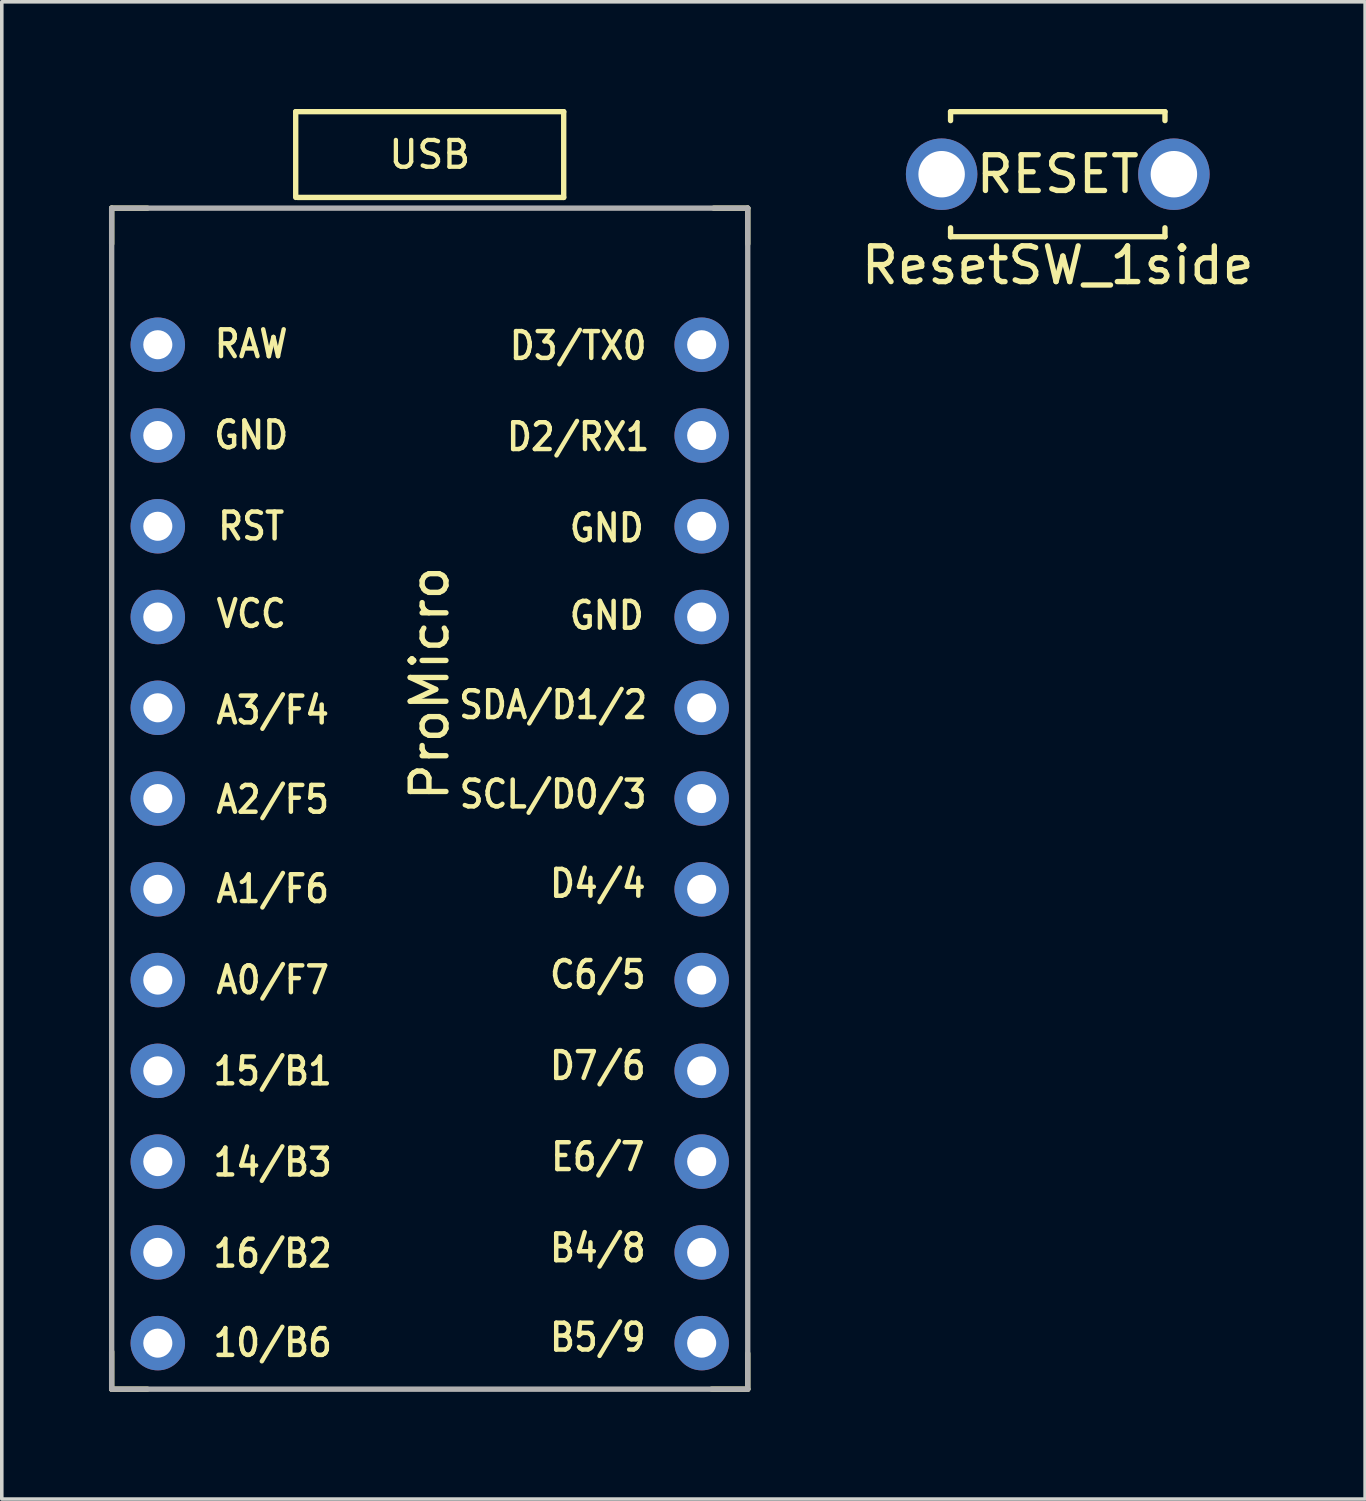
<source format=kicad_pcb>
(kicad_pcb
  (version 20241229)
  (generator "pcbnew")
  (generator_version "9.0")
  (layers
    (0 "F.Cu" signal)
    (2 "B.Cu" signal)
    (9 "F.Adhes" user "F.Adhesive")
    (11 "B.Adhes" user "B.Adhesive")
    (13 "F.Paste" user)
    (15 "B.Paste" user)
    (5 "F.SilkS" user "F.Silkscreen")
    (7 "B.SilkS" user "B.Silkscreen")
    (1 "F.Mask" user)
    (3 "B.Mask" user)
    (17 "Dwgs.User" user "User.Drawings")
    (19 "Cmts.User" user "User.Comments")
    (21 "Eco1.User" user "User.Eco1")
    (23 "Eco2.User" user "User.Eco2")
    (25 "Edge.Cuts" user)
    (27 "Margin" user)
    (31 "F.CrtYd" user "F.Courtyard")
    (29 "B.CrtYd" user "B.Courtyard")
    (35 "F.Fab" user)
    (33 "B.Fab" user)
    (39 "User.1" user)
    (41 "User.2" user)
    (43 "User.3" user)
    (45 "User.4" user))
  (footprint "ProMicro"
    (layer "F.Cu")
    (at 8.975 21.075)
    (property "Reference" "ProMicro" (at 0 -5 270) (layer "F.SilkS") (effects (font (size 1 1) (thickness 0.15))))
    (attr through_hole)
    (fp_line (start -8.9 -18.3) (end -8.9 -17.3) (stroke (width 0.15) (type solid)) (layer "F.SilkS"))
    (fp_line (start -8.9 -18.3) (end -7.9 -18.3) (stroke (width 0.15) (type solid)) (layer "F.SilkS"))
    (fp_line (start -8.9 13.7) (end -8.9 14.75) (stroke (width 0.15) (type solid)) (layer "F.SilkS"))
    (fp_line (start -8.9 14.75) (end -7.9 14.75) (stroke (width 0.15) (type solid)) (layer "F.SilkS"))
    (fp_line (start -3.75 -21) (end -3.75 -18.6) (stroke (width 0.15) (type solid)) (layer "F.SilkS"))
    (fp_line (start -3.7 -18.6) (end 3.75 -18.6) (stroke (width 0.15) (type solid)) (layer "F.SilkS"))
    (fp_line (start 3.75 -21) (end -3.75 -21) (stroke (width 0.15) (type solid)) (layer "F.SilkS"))
    (fp_line (start 3.75 -18.6) (end 3.75 -21) (stroke (width 0.15) (type solid)) (layer "F.SilkS"))
    (fp_line (start 8.9 -18.3) (end 7.95 -18.3) (stroke (width 0.15) (type solid)) (layer "F.SilkS"))
    (fp_line (start 8.9 -18.3) (end 8.9 -17.3) (stroke (width 0.15) (type solid)) (layer "F.SilkS"))
    (fp_line (start 8.9 13.75) (end 8.9 14.75) (stroke (width 0.15) (type solid)) (layer "F.SilkS"))
    (fp_line (start 8.9 14.75) (end 7.89 14.75) (stroke (width 0.15) (type solid)) (layer "F.SilkS"))
    (fp_line (start -8.9 -18.3) (end 8.9 -18.3) (stroke (width 0.15) (type solid)) (layer "F.Fab"))
    (fp_line (start -8.9 14.75) (end -8.9 -18.3) (stroke (width 0.15) (type solid)) (layer "F.Fab"))
    (fp_line (start 8.9 -18.3) (end 8.9 14.75) (stroke (width 0.15) (type solid)) (layer "F.Fab"))
    (fp_line (start 8.9 14.75) (end -8.9 14.75) (stroke (width 0.15) (type solid)) (layer "F.Fab"))
    (fp_text user "" (at -0.545 -20.1 0) (layer "F.SilkS") (effects (font (size 1 1) (thickness 0.15))))
    (fp_text user "A2/F5" (at -4.395 -1.75 0) (unlocked yes) (layer "F.SilkS") (effects (font (size 0.75 0.67) (thickness 0.125))))
    (fp_text user "16/B2" (at -4.395 10.95 0) (unlocked yes) (layer "F.SilkS") (effects (font (size 0.75 0.67) (thickness 0.125))))
    (fp_text user "GND" (at 4.955 -6.9 0) (unlocked yes) (layer "F.SilkS") (effects (font (size 0.75 0.67) (thickness 0.125))))
    (fp_text user "A1/F6" (at -4.395 0.75 0) (unlocked yes) (layer "F.SilkS") (effects (font (size 0.75 0.67) (thickness 0.125))))
    (fp_text user "D7/6" (at 4.705 5.7 0) (unlocked yes) (layer "F.SilkS") (effects (font (size 0.75 0.67) (thickness 0.125))))
    (fp_text user "GND" (at 4.955 -9.35 0) (unlocked yes) (layer "F.SilkS") (effects (font (size 0.75 0.67) (thickness 0.125))))
    (fp_text user "GND" (at -4.995 -11.95 0) (unlocked yes) (layer "F.SilkS") (effects (font (size 0.75 0.67) (thickness 0.125))))
    (fp_text user "C6/5" (at 4.705 3.15 0) (unlocked yes) (layer "F.SilkS") (effects (font (size 0.75 0.67) (thickness 0.125))))
    (fp_text user "D4/4" (at 4.705 0.6 0) (unlocked yes) (layer "F.SilkS") (effects (font (size 0.75 0.67) (thickness 0.125))))
    (fp_text user "VCC" (at -4.995 -6.95 0) (unlocked yes) (layer "F.SilkS") (effects (font (size 0.75 0.67) (thickness 0.125))))
    (fp_text user "14/B3" (at -4.395 8.4 0) (unlocked yes) (layer "F.SilkS") (effects (font (size 0.75 0.67) (thickness 0.125))))
    (fp_text user "10/B6" (at -4.395 13.45 0) (unlocked yes) (layer "F.SilkS") (effects (font (size 0.75 0.67) (thickness 0.125))))
    (fp_text user "SCL/D0/3" (at 3.455 -1.9 0) (unlocked yes) (layer "F.SilkS") (effects (font (size 0.75 0.67) (thickness 0.125))))
    (fp_text user "15/B1" (at -4.395 5.85 0) (unlocked yes) (layer "F.SilkS") (effects (font (size 0.75 0.67) (thickness 0.125))))
    (fp_text user "RAW" (at -4.995 -14.5 0) (unlocked yes) (layer "F.SilkS") (effects (font (size 0.75 0.67) (thickness 0.125))))
    (fp_text user "D3/TX0" (at 4.155 -14.45 0) (unlocked yes) (layer "F.SilkS") (effects (font (size 0.75 0.67) (thickness 0.125))))
    (fp_text user "RST" (at -4.995 -9.4 0) (unlocked yes) (layer "F.SilkS") (effects (font (size 0.75 0.67) (thickness 0.125))))
    (fp_text user "A0/F7" (at -4.395 3.3 0) (unlocked yes) (layer "F.SilkS") (effects (font (size 0.75 0.67) (thickness 0.125))))
    (fp_text user "A3/F4" (at -4.395 -4.25 0) (unlocked yes) (layer "F.SilkS") (effects (font (size 0.75 0.67) (thickness 0.125))))
    (fp_text user "USB" (at 0 -19.8 0) (layer "F.SilkS") (effects (font (size 0.75 0.75) (thickness 0.12))))
    (fp_text user "D2/RX1" (at 4.155 -11.9 0) (unlocked yes) (layer "F.SilkS") (effects (font (size 0.75 0.67) (thickness 0.125))))
    (fp_text user "SDA/D1/2" (at 3.455 -4.4 0) (unlocked yes) (layer "F.SilkS") (effects (font (size 0.75 0.67) (thickness 0.125))))
    (fp_text user "B4/8" (at 4.705 10.8 0) (unlocked yes) (layer "F.SilkS") (effects (font (size 0.75 0.67) (thickness 0.125))))
    (fp_text user "E6/7" (at 4.705 8.25 0) (unlocked yes) (layer "F.SilkS") (effects (font (size 0.75 0.67) (thickness 0.125))))
    (fp_text user "B5/9" (at 4.705 13.3 0) (unlocked yes) (layer "F.SilkS") (effects (font (size 0.75 0.67) (thickness 0.125))))
    (fp_text user "" (at -1.252 -16.256 0) (layer "B.SilkS") (effects (font (size 1 1) (thickness 0.15)) (justify mirror)))
    (pad "1" thru_hole circle (at 7.611 -14.478) (size 1.524 1.524) (drill 0.813) (layers "*.Cu" "*.Mask"))
    (pad "2" thru_hole circle (at 7.611 -11.938) (size 1.524 1.524) (drill 0.813) (layers "*.Cu" "*.Mask"))
    (pad "3" thru_hole circle (at 7.611 -9.398) (size 1.524 1.524) (drill 0.813) (layers "*.Cu" "*.Mask"))
    (pad "4" thru_hole circle (at 7.611 -6.858) (size 1.524 1.524) (drill 0.813) (layers "*.Cu" "*.Mask"))
    (pad "5" thru_hole circle (at 7.611 -4.318) (size 1.524 1.524) (drill 0.813) (layers "*.Cu" "*.Mask"))
    (pad "6" thru_hole circle (at 7.611 -1.778) (size 1.524 1.524) (drill 0.813) (layers "*.Cu" "*.Mask"))
    (pad "7" thru_hole circle (at 7.611 0.762) (size 1.524 1.524) (drill 0.813) (layers "*.Cu" "*.Mask"))
    (pad "8" thru_hole circle (at 7.611 3.302) (size 1.524 1.524) (drill 0.813) (layers "*.Cu" "*.Mask"))
    (pad "9" thru_hole circle (at 7.611 5.842) (size 1.524 1.524) (drill 0.813) (layers "*.Cu" "*.Mask"))
    (pad "10" thru_hole circle (at 7.611 8.382) (size 1.524 1.524) (drill 0.813) (layers "*.Cu" "*.Mask"))
    (pad "11" thru_hole circle (at 7.611 10.922) (size 1.524 1.524) (drill 0.813) (layers "*.Cu" "*.Mask"))
    (pad "12" thru_hole circle (at 7.611 13.462) (size 1.524 1.524) (drill 0.813) (layers "*.Cu" "*.Mask"))
    (pad "13" thru_hole circle (at -7.609 13.462) (size 1.524 1.524) (drill 0.813) (layers "*.Cu" "*.Mask"))
    (pad "14" thru_hole circle (at -7.609 10.922) (size 1.524 1.524) (drill 0.813) (layers "*.Cu" "*.Mask"))
    (pad "15" thru_hole circle (at -7.609 8.382) (size 1.524 1.524) (drill 0.813) (layers "*.Cu" "*.Mask"))
    (pad "16" thru_hole circle (at -7.609 5.842) (size 1.524 1.524) (drill 0.813) (layers "*.Cu" "*.Mask"))
    (pad "17" thru_hole circle (at -7.609 3.302) (size 1.524 1.524) (drill 0.813) (layers "*.Cu" "*.Mask"))
    (pad "18" thru_hole circle (at -7.609 0.762) (size 1.524 1.524) (drill 0.813) (layers "*.Cu" "*.Mask"))
    (pad "19" thru_hole circle (at -7.609 -1.778) (size 1.524 1.524) (drill 0.813) (layers "*.Cu" "*.Mask"))
    (pad "20" thru_hole circle (at -7.609 -4.318) (size 1.524 1.524) (drill 0.813) (layers "*.Cu" "*.Mask"))
    (pad "21" thru_hole circle (at -7.609 -6.858) (size 1.524 1.524) (drill 0.813) (layers "*.Cu" "*.Mask"))
    (pad "22" thru_hole circle (at -7.609 -9.398) (size 1.524 1.524) (drill 0.813) (layers "*.Cu" "*.Mask"))
    (pad "23" thru_hole circle (at -7.609 -11.938) (size 1.524 1.524) (drill 0.813) (layers "*.Cu" "*.Mask"))
    (pad "24" thru_hole circle (at -7.609 -14.478) (size 1.524 1.524) (drill 0.813) (layers "*.Cu" "*.Mask")))
  (footprint "ResetSW_1side"
    (layer "F.Cu")
    (at 26.551 1.825)
    (property "Reference" "ResetSW_1side" (at 0 2.55 180) (layer "F.SilkS") (effects (font (size 1 1) (thickness 0.15))))
    (attr through_hole)
    (fp_line (start -3 -1.75) (end -3 -1.5) (stroke (width 0.15) (type solid)) (layer "F.SilkS"))
    (fp_line (start -3 -1.75) (end 3 -1.75) (stroke (width 0.15) (type solid)) (layer "F.SilkS"))
    (fp_line (start -3 1.75) (end -3 1.5) (stroke (width 0.15) (type solid)) (layer "F.SilkS"))
    (fp_line (start -3 1.75) (end 3 1.75) (stroke (width 0.15) (type solid)) (layer "F.SilkS"))
    (fp_line (start 3 -1.75) (end 3 -1.5) (stroke (width 0.15) (type solid)) (layer "F.SilkS"))
    (fp_line (start 3 1.75) (end 3 1.5) (stroke (width 0.15) (type solid)) (layer "F.SilkS"))
    (fp_text user "RESET" (at 0 0 180) (layer "F.SilkS") (effects (font (size 1 1) (thickness 0.15))))
    (pad "1" thru_hole circle (at 3.25 0) (size 2 2) (drill 1.3) (layers "*.Cu" "*.Mask"))
    (pad "2" thru_hole circle (at -3.25 0) (size 2 2) (drill 1.3) (layers "*.Cu" "*.Mask")))
  (gr_rect
    (start -3 -3)
    (end 35.152 38.9)
    (stroke (width 0.1) (type default))
    (fill no)
    (layer "Edge.Cuts")))
</source>
